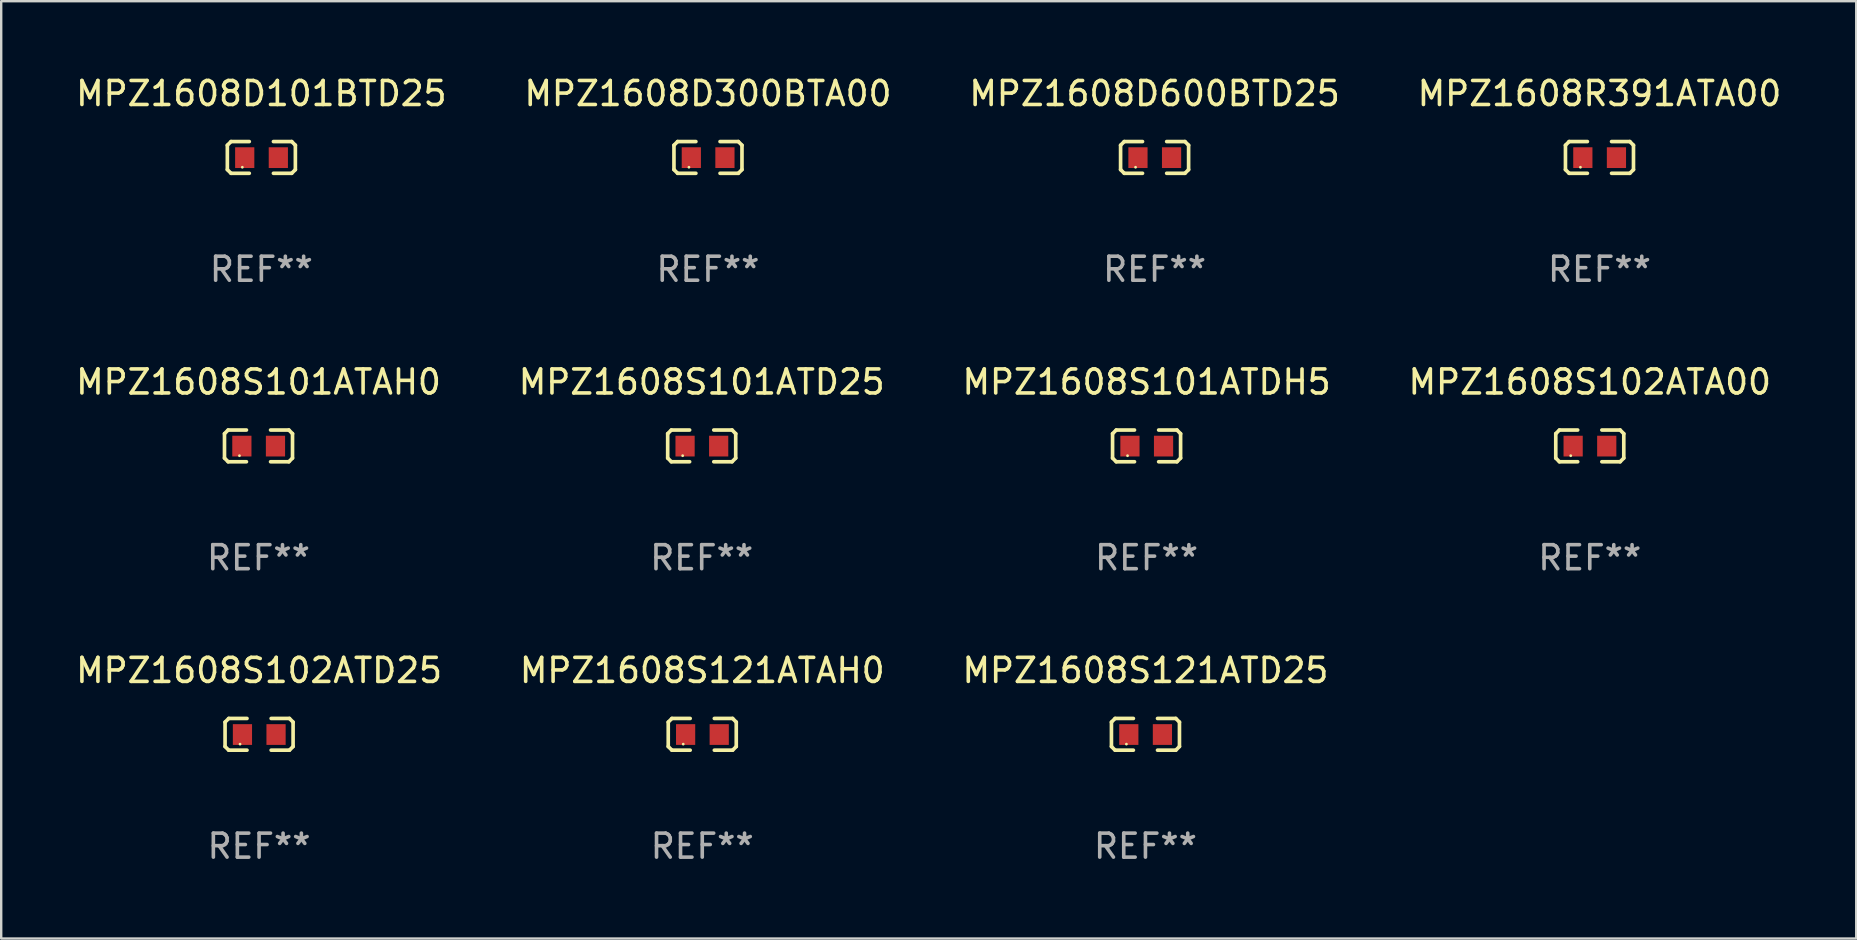
<source format=kicad_pcb>
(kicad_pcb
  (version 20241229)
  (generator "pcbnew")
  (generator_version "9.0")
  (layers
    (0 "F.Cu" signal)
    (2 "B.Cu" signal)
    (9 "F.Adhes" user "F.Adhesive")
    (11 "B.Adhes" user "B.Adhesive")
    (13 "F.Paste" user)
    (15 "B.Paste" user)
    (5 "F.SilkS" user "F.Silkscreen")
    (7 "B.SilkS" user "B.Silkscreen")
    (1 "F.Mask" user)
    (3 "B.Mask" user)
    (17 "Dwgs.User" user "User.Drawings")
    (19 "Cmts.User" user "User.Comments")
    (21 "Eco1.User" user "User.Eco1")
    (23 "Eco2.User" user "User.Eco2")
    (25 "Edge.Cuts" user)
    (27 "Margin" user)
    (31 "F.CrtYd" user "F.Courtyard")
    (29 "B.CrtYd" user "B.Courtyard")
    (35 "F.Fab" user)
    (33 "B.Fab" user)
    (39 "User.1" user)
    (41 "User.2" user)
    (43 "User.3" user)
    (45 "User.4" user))
  (footprint "MPZ1608D101BTD25"
    (layer "F.Cu")
    (at 7.839 3.509)
    (property "Reference" "MPZ1608D101BTD25" (at 0 -2.661 0) (layer "F.SilkS") (effects (font (size 1 1) (thickness 0.15))))
    (attr through_hole)
    (fp_line (start -1.417 -0.508) (end -1.265 -0.661) (stroke (width 0.152) (type solid)) (layer "F.SilkS"))
    (fp_line (start -1.417 0.508) (end -1.417 -0.508) (stroke (width 0.152) (type solid)) (layer "F.SilkS"))
    (fp_line (start -1.265 -0.661) (end -0.503 -0.661) (stroke (width 0.152) (type solid)) (layer "F.SilkS"))
    (fp_line (start -1.265 0.661) (end -1.417 0.508) (stroke (width 0.152) (type solid)) (layer "F.SilkS"))
    (fp_line (start -1.265 0.661) (end -0.503 0.661) (stroke (width 0.152) (type solid)) (layer "F.SilkS"))
    (fp_line (start 1.265 -0.661) (end 0.503 -0.661) (stroke (width 0.152) (type solid)) (layer "F.SilkS"))
    (fp_line (start 1.265 -0.661) (end 1.417 -0.508) (stroke (width 0.152) (type solid)) (layer "F.SilkS"))
    (fp_line (start 1.265 0.661) (end 0.503 0.661) (stroke (width 0.152) (type solid)) (layer "F.SilkS"))
    (fp_line (start 1.417 -0.508) (end 1.417 0.508) (stroke (width 0.152) (type solid)) (layer "F.SilkS"))
    (fp_line (start 1.417 0.508) (end 1.265 0.661) (stroke (width 0.152) (type solid)) (layer "F.SilkS"))
    (fp_circle (center -0.793 0.409) (end -0.763 0.409) (stroke (width 0.06) (type solid)) (fill no) (layer "F.SilkS"))
    (fp_text user "REF**" (at 0 4.661 0) (layer "F.Fab") (effects (font (size 1 1) (thickness 0.15))))
    (pad "1" smd rect (at -0.693 0.009 180) (size 0.8 0.864) (layers "F.Cu" "F.Mask" "F.Paste"))
    (pad "2" smd rect (at 0.707 0.009 180) (size 0.8 0.864) (layers "F.Cu" "F.Mask" "F.Paste")))
  (footprint "MPZ1608S101ATDH5"
    (layer "F.Cu")
    (at 44.72 15.527)
    (property "Reference" "MPZ1608S101ATDH5" (at 0 -2.661 0) (layer "F.SilkS") (effects (font (size 1 1) (thickness 0.15))))
    (attr through_hole)
    (fp_line (start -1.417 -0.508) (end -1.265 -0.661) (stroke (width 0.152) (type solid)) (layer "F.SilkS"))
    (fp_line (start -1.417 0.508) (end -1.417 -0.508) (stroke (width 0.152) (type solid)) (layer "F.SilkS"))
    (fp_line (start -1.265 -0.661) (end -0.503 -0.661) (stroke (width 0.152) (type solid)) (layer "F.SilkS"))
    (fp_line (start -1.265 0.661) (end -1.417 0.508) (stroke (width 0.152) (type solid)) (layer "F.SilkS"))
    (fp_line (start -1.265 0.661) (end -0.503 0.661) (stroke (width 0.152) (type solid)) (layer "F.SilkS"))
    (fp_line (start 1.265 -0.661) (end 0.503 -0.661) (stroke (width 0.152) (type solid)) (layer "F.SilkS"))
    (fp_line (start 1.265 -0.661) (end 1.417 -0.508) (stroke (width 0.152) (type solid)) (layer "F.SilkS"))
    (fp_line (start 1.265 0.661) (end 0.503 0.661) (stroke (width 0.152) (type solid)) (layer "F.SilkS"))
    (fp_line (start 1.417 -0.508) (end 1.417 0.508) (stroke (width 0.152) (type solid)) (layer "F.SilkS"))
    (fp_line (start 1.417 0.508) (end 1.265 0.661) (stroke (width 0.152) (type solid)) (layer "F.SilkS"))
    (fp_circle (center -0.793 0.409) (end -0.763 0.409) (stroke (width 0.06) (type solid)) (fill no) (layer "F.SilkS"))
    (fp_text user "REF**" (at 0 4.661 0) (layer "F.Fab") (effects (font (size 1 1) (thickness 0.15))))
    (pad "1" smd rect (at -0.693 0.009 180) (size 0.8 0.864) (layers "F.Cu" "F.Mask" "F.Paste"))
    (pad "2" smd rect (at 0.707 0.009 180) (size 0.8 0.864) (layers "F.Cu" "F.Mask" "F.Paste")))
  (footprint "MPZ1608D300BTA00"
    (layer "F.Cu")
    (at 26.446 3.509)
    (property "Reference" "MPZ1608D300BTA00" (at 0 -2.661 0) (layer "F.SilkS") (effects (font (size 1 1) (thickness 0.15))))
    (attr through_hole)
    (fp_line (start -1.417 -0.508) (end -1.265 -0.661) (stroke (width 0.152) (type solid)) (layer "F.SilkS"))
    (fp_line (start -1.417 0.508) (end -1.417 -0.508) (stroke (width 0.152) (type solid)) (layer "F.SilkS"))
    (fp_line (start -1.265 -0.661) (end -0.503 -0.661) (stroke (width 0.152) (type solid)) (layer "F.SilkS"))
    (fp_line (start -1.265 0.661) (end -1.417 0.508) (stroke (width 0.152) (type solid)) (layer "F.SilkS"))
    (fp_line (start -1.265 0.661) (end -0.503 0.661) (stroke (width 0.152) (type solid)) (layer "F.SilkS"))
    (fp_line (start 1.265 -0.661) (end 0.503 -0.661) (stroke (width 0.152) (type solid)) (layer "F.SilkS"))
    (fp_line (start 1.265 -0.661) (end 1.417 -0.508) (stroke (width 0.152) (type solid)) (layer "F.SilkS"))
    (fp_line (start 1.265 0.661) (end 0.503 0.661) (stroke (width 0.152) (type solid)) (layer "F.SilkS"))
    (fp_line (start 1.417 -0.508) (end 1.417 0.508) (stroke (width 0.152) (type solid)) (layer "F.SilkS"))
    (fp_line (start 1.417 0.508) (end 1.265 0.661) (stroke (width 0.152) (type solid)) (layer "F.SilkS"))
    (fp_circle (center -0.793 0.409) (end -0.763 0.409) (stroke (width 0.06) (type solid)) (fill no) (layer "F.SilkS"))
    (fp_text user "REF**" (at 0 4.661 0) (layer "F.Fab") (effects (font (size 1 1) (thickness 0.15))))
    (pad "1" smd rect (at -0.693 0.009 180) (size 0.8 0.864) (layers "F.Cu" "F.Mask" "F.Paste"))
    (pad "2" smd rect (at 0.707 0.009 180) (size 0.8 0.864) (layers "F.Cu" "F.Mask" "F.Paste")))
  (footprint "MPZ1608R391ATA00"
    (layer "F.Cu")
    (at 63.589 3.509)
    (property "Reference" "MPZ1608R391ATA00" (at 0 -2.661 0) (layer "F.SilkS") (effects (font (size 1 1) (thickness 0.15))))
    (attr through_hole)
    (fp_line (start -1.417 -0.508) (end -1.265 -0.661) (stroke (width 0.152) (type solid)) (layer "F.SilkS"))
    (fp_line (start -1.417 0.508) (end -1.417 -0.508) (stroke (width 0.152) (type solid)) (layer "F.SilkS"))
    (fp_line (start -1.265 -0.661) (end -0.503 -0.661) (stroke (width 0.152) (type solid)) (layer "F.SilkS"))
    (fp_line (start -1.265 0.661) (end -1.417 0.508) (stroke (width 0.152) (type solid)) (layer "F.SilkS"))
    (fp_line (start -1.265 0.661) (end -0.503 0.661) (stroke (width 0.152) (type solid)) (layer "F.SilkS"))
    (fp_line (start 1.265 -0.661) (end 0.503 -0.661) (stroke (width 0.152) (type solid)) (layer "F.SilkS"))
    (fp_line (start 1.265 -0.661) (end 1.417 -0.508) (stroke (width 0.152) (type solid)) (layer "F.SilkS"))
    (fp_line (start 1.265 0.661) (end 0.503 0.661) (stroke (width 0.152) (type solid)) (layer "F.SilkS"))
    (fp_line (start 1.417 -0.508) (end 1.417 0.508) (stroke (width 0.152) (type solid)) (layer "F.SilkS"))
    (fp_line (start 1.417 0.508) (end 1.265 0.661) (stroke (width 0.152) (type solid)) (layer "F.SilkS"))
    (fp_circle (center -0.793 0.409) (end -0.763 0.409) (stroke (width 0.06) (type solid)) (fill no) (layer "F.SilkS"))
    (fp_text user "REF**" (at 0 4.661 0) (layer "F.Fab") (effects (font (size 1 1) (thickness 0.15))))
    (pad "1" smd rect (at -0.693 0.009 180) (size 0.8 0.864) (layers "F.Cu" "F.Mask" "F.Paste"))
    (pad "2" smd rect (at 0.707 0.009 180) (size 0.8 0.864) (layers "F.Cu" "F.Mask" "F.Paste")))
  (footprint "MPZ1608S102ATA00"
    (layer "F.Cu")
    (at 63.185 15.527)
    (property "Reference" "MPZ1608S102ATA00" (at 0 -2.661 0) (layer "F.SilkS") (effects (font (size 1 1) (thickness 0.15))))
    (attr through_hole)
    (fp_line (start -1.417 -0.508) (end -1.265 -0.661) (stroke (width 0.152) (type solid)) (layer "F.SilkS"))
    (fp_line (start -1.417 0.508) (end -1.417 -0.508) (stroke (width 0.152) (type solid)) (layer "F.SilkS"))
    (fp_line (start -1.265 -0.661) (end -0.503 -0.661) (stroke (width 0.152) (type solid)) (layer "F.SilkS"))
    (fp_line (start -1.265 0.661) (end -1.417 0.508) (stroke (width 0.152) (type solid)) (layer "F.SilkS"))
    (fp_line (start -1.265 0.661) (end -0.503 0.661) (stroke (width 0.152) (type solid)) (layer "F.SilkS"))
    (fp_line (start 1.265 -0.661) (end 0.503 -0.661) (stroke (width 0.152) (type solid)) (layer "F.SilkS"))
    (fp_line (start 1.265 -0.661) (end 1.417 -0.508) (stroke (width 0.152) (type solid)) (layer "F.SilkS"))
    (fp_line (start 1.265 0.661) (end 0.503 0.661) (stroke (width 0.152) (type solid)) (layer "F.SilkS"))
    (fp_line (start 1.417 -0.508) (end 1.417 0.508) (stroke (width 0.152) (type solid)) (layer "F.SilkS"))
    (fp_line (start 1.417 0.508) (end 1.265 0.661) (stroke (width 0.152) (type solid)) (layer "F.SilkS"))
    (fp_circle (center -0.793 0.409) (end -0.763 0.409) (stroke (width 0.06) (type solid)) (fill no) (layer "F.SilkS"))
    (fp_text user "REF**" (at 0 4.661 0) (layer "F.Fab") (effects (font (size 1 1) (thickness 0.15))))
    (pad "1" smd rect (at -0.693 0.009 180) (size 0.8 0.864) (layers "F.Cu" "F.Mask" "F.Paste"))
    (pad "2" smd rect (at 0.707 0.009 180) (size 0.8 0.864) (layers "F.Cu" "F.Mask" "F.Paste")))
  (footprint "MPZ1608S101ATAH0"
    (layer "F.Cu")
    (at 7.72 15.527)
    (property "Reference" "MPZ1608S101ATAH0" (at 0 -2.661 0) (layer "F.SilkS") (effects (font (size 1 1) (thickness 0.15))))
    (attr through_hole)
    (fp_line (start -1.417 -0.508) (end -1.265 -0.661) (stroke (width 0.152) (type solid)) (layer "F.SilkS"))
    (fp_line (start -1.417 0.508) (end -1.417 -0.508) (stroke (width 0.152) (type solid)) (layer "F.SilkS"))
    (fp_line (start -1.265 -0.661) (end -0.503 -0.661) (stroke (width 0.152) (type solid)) (layer "F.SilkS"))
    (fp_line (start -1.265 0.661) (end -1.417 0.508) (stroke (width 0.152) (type solid)) (layer "F.SilkS"))
    (fp_line (start -1.265 0.661) (end -0.503 0.661) (stroke (width 0.152) (type solid)) (layer "F.SilkS"))
    (fp_line (start 1.265 -0.661) (end 0.503 -0.661) (stroke (width 0.152) (type solid)) (layer "F.SilkS"))
    (fp_line (start 1.265 -0.661) (end 1.417 -0.508) (stroke (width 0.152) (type solid)) (layer "F.SilkS"))
    (fp_line (start 1.265 0.661) (end 0.503 0.661) (stroke (width 0.152) (type solid)) (layer "F.SilkS"))
    (fp_line (start 1.417 -0.508) (end 1.417 0.508) (stroke (width 0.152) (type solid)) (layer "F.SilkS"))
    (fp_line (start 1.417 0.508) (end 1.265 0.661) (stroke (width 0.152) (type solid)) (layer "F.SilkS"))
    (fp_circle (center -0.793 0.409) (end -0.763 0.409) (stroke (width 0.06) (type solid)) (fill no) (layer "F.SilkS"))
    (fp_text user "REF**" (at 0 4.661 0) (layer "F.Fab") (effects (font (size 1 1) (thickness 0.15))))
    (pad "1" smd rect (at -0.693 0.009 180) (size 0.8 0.864) (layers "F.Cu" "F.Mask" "F.Paste"))
    (pad "2" smd rect (at 0.707 0.009 180) (size 0.8 0.864) (layers "F.Cu" "F.Mask" "F.Paste")))
  (footprint "MPZ1608S101ATD25"
    (layer "F.Cu")
    (at 26.185 15.527)
    (property "Reference" "MPZ1608S101ATD25" (at 0 -2.661 0) (layer "F.SilkS") (effects (font (size 1 1) (thickness 0.15))))
    (attr through_hole)
    (fp_line (start -1.417 -0.508) (end -1.265 -0.661) (stroke (width 0.152) (type solid)) (layer "F.SilkS"))
    (fp_line (start -1.417 0.508) (end -1.417 -0.508) (stroke (width 0.152) (type solid)) (layer "F.SilkS"))
    (fp_line (start -1.265 -0.661) (end -0.503 -0.661) (stroke (width 0.152) (type solid)) (layer "F.SilkS"))
    (fp_line (start -1.265 0.661) (end -1.417 0.508) (stroke (width 0.152) (type solid)) (layer "F.SilkS"))
    (fp_line (start -1.265 0.661) (end -0.503 0.661) (stroke (width 0.152) (type solid)) (layer "F.SilkS"))
    (fp_line (start 1.265 -0.661) (end 0.503 -0.661) (stroke (width 0.152) (type solid)) (layer "F.SilkS"))
    (fp_line (start 1.265 -0.661) (end 1.417 -0.508) (stroke (width 0.152) (type solid)) (layer "F.SilkS"))
    (fp_line (start 1.265 0.661) (end 0.503 0.661) (stroke (width 0.152) (type solid)) (layer "F.SilkS"))
    (fp_line (start 1.417 -0.508) (end 1.417 0.508) (stroke (width 0.152) (type solid)) (layer "F.SilkS"))
    (fp_line (start 1.417 0.508) (end 1.265 0.661) (stroke (width 0.152) (type solid)) (layer "F.SilkS"))
    (fp_circle (center -0.793 0.409) (end -0.763 0.409) (stroke (width 0.06) (type solid)) (fill no) (layer "F.SilkS"))
    (fp_text user "REF**" (at 0 4.661 0) (layer "F.Fab") (effects (font (size 1 1) (thickness 0.15))))
    (pad "1" smd rect (at -0.693 0.009 180) (size 0.8 0.864) (layers "F.Cu" "F.Mask" "F.Paste"))
    (pad "2" smd rect (at 0.707 0.009 180) (size 0.8 0.864) (layers "F.Cu" "F.Mask" "F.Paste")))
  (footprint "MPZ1608D600BTD25"
    (layer "F.Cu")
    (at 45.054 3.509)
    (property "Reference" "MPZ1608D600BTD25" (at 0 -2.661 0) (layer "F.SilkS") (effects (font (size 1 1) (thickness 0.15))))
    (attr through_hole)
    (fp_line (start -1.417 -0.508) (end -1.265 -0.661) (stroke (width 0.152) (type solid)) (layer "F.SilkS"))
    (fp_line (start -1.417 0.508) (end -1.417 -0.508) (stroke (width 0.152) (type solid)) (layer "F.SilkS"))
    (fp_line (start -1.265 -0.661) (end -0.503 -0.661) (stroke (width 0.152) (type solid)) (layer "F.SilkS"))
    (fp_line (start -1.265 0.661) (end -1.417 0.508) (stroke (width 0.152) (type solid)) (layer "F.SilkS"))
    (fp_line (start -1.265 0.661) (end -0.503 0.661) (stroke (width 0.152) (type solid)) (layer "F.SilkS"))
    (fp_line (start 1.265 -0.661) (end 0.503 -0.661) (stroke (width 0.152) (type solid)) (layer "F.SilkS"))
    (fp_line (start 1.265 -0.661) (end 1.417 -0.508) (stroke (width 0.152) (type solid)) (layer "F.SilkS"))
    (fp_line (start 1.265 0.661) (end 0.503 0.661) (stroke (width 0.152) (type solid)) (layer "F.SilkS"))
    (fp_line (start 1.417 -0.508) (end 1.417 0.508) (stroke (width 0.152) (type solid)) (layer "F.SilkS"))
    (fp_line (start 1.417 0.508) (end 1.265 0.661) (stroke (width 0.152) (type solid)) (layer "F.SilkS"))
    (fp_circle (center -0.793 0.409) (end -0.763 0.409) (stroke (width 0.06) (type solid)) (fill no) (layer "F.SilkS"))
    (fp_text user "REF**" (at 0 4.661 0) (layer "F.Fab") (effects (font (size 1 1) (thickness 0.15))))
    (pad "1" smd rect (at -0.693 0.009 180) (size 0.8 0.864) (layers "F.Cu" "F.Mask" "F.Paste"))
    (pad "2" smd rect (at 0.707 0.009 180) (size 0.8 0.864) (layers "F.Cu" "F.Mask" "F.Paste")))
  (footprint "MPZ1608S102ATD25"
    (layer "F.Cu")
    (at 7.744 27.544)
    (property "Reference" "MPZ1608S102ATD25" (at 0 -2.661 0) (layer "F.SilkS") (effects (font (size 1 1) (thickness 0.15))))
    (attr through_hole)
    (fp_line (start -1.417 -0.508) (end -1.265 -0.661) (stroke (width 0.152) (type solid)) (layer "F.SilkS"))
    (fp_line (start -1.417 0.508) (end -1.417 -0.508) (stroke (width 0.152) (type solid)) (layer "F.SilkS"))
    (fp_line (start -1.265 -0.661) (end -0.503 -0.661) (stroke (width 0.152) (type solid)) (layer "F.SilkS"))
    (fp_line (start -1.265 0.661) (end -1.417 0.508) (stroke (width 0.152) (type solid)) (layer "F.SilkS"))
    (fp_line (start -1.265 0.661) (end -0.503 0.661) (stroke (width 0.152) (type solid)) (layer "F.SilkS"))
    (fp_line (start 1.265 -0.661) (end 0.503 -0.661) (stroke (width 0.152) (type solid)) (layer "F.SilkS"))
    (fp_line (start 1.265 -0.661) (end 1.417 -0.508) (stroke (width 0.152) (type solid)) (layer "F.SilkS"))
    (fp_line (start 1.265 0.661) (end 0.503 0.661) (stroke (width 0.152) (type solid)) (layer "F.SilkS"))
    (fp_line (start 1.417 -0.508) (end 1.417 0.508) (stroke (width 0.152) (type solid)) (layer "F.SilkS"))
    (fp_line (start 1.417 0.508) (end 1.265 0.661) (stroke (width 0.152) (type solid)) (layer "F.SilkS"))
    (fp_circle (center -0.793 0.409) (end -0.763 0.409) (stroke (width 0.06) (type solid)) (fill no) (layer "F.SilkS"))
    (fp_text user "REF**" (at 0 4.661 0) (layer "F.Fab") (effects (font (size 1 1) (thickness 0.15))))
    (pad "1" smd rect (at -0.693 0.009 180) (size 0.8 0.864) (layers "F.Cu" "F.Mask" "F.Paste"))
    (pad "2" smd rect (at 0.707 0.009 180) (size 0.8 0.864) (layers "F.Cu" "F.Mask" "F.Paste")))
  (footprint "MPZ1608S121ATD25"
    (layer "F.Cu")
    (at 44.673 27.544)
    (property "Reference" "MPZ1608S121ATD25" (at 0 -2.661 0) (layer "F.SilkS") (effects (font (size 1 1) (thickness 0.15))))
    (attr through_hole)
    (fp_line (start -1.417 -0.508) (end -1.265 -0.661) (stroke (width 0.152) (type solid)) (layer "F.SilkS"))
    (fp_line (start -1.417 0.508) (end -1.417 -0.508) (stroke (width 0.152) (type solid)) (layer "F.SilkS"))
    (fp_line (start -1.265 -0.661) (end -0.503 -0.661) (stroke (width 0.152) (type solid)) (layer "F.SilkS"))
    (fp_line (start -1.265 0.661) (end -1.417 0.508) (stroke (width 0.152) (type solid)) (layer "F.SilkS"))
    (fp_line (start -1.265 0.661) (end -0.503 0.661) (stroke (width 0.152) (type solid)) (layer "F.SilkS"))
    (fp_line (start 1.265 -0.661) (end 0.503 -0.661) (stroke (width 0.152) (type solid)) (layer "F.SilkS"))
    (fp_line (start 1.265 -0.661) (end 1.417 -0.508) (stroke (width 0.152) (type solid)) (layer "F.SilkS"))
    (fp_line (start 1.265 0.661) (end 0.503 0.661) (stroke (width 0.152) (type solid)) (layer "F.SilkS"))
    (fp_line (start 1.417 -0.508) (end 1.417 0.508) (stroke (width 0.152) (type solid)) (layer "F.SilkS"))
    (fp_line (start 1.417 0.508) (end 1.265 0.661) (stroke (width 0.152) (type solid)) (layer "F.SilkS"))
    (fp_circle (center -0.793 0.409) (end -0.763 0.409) (stroke (width 0.06) (type solid)) (fill no) (layer "F.SilkS"))
    (fp_text user "REF**" (at 0 4.661 0) (layer "F.Fab") (effects (font (size 1 1) (thickness 0.15))))
    (pad "1" smd rect (at -0.693 0.009 180) (size 0.8 0.864) (layers "F.Cu" "F.Mask" "F.Paste"))
    (pad "2" smd rect (at 0.707 0.009 180) (size 0.8 0.864) (layers "F.Cu" "F.Mask" "F.Paste")))
  (footprint "MPZ1608S121ATAH0"
    (layer "F.Cu")
    (at 26.208 27.544)
    (property "Reference" "MPZ1608S121ATAH0" (at 0 -2.661 0) (layer "F.SilkS") (effects (font (size 1 1) (thickness 0.15))))
    (attr through_hole)
    (fp_line (start -1.417 -0.508) (end -1.265 -0.661) (stroke (width 0.152) (type solid)) (layer "F.SilkS"))
    (fp_line (start -1.417 0.508) (end -1.417 -0.508) (stroke (width 0.152) (type solid)) (layer "F.SilkS"))
    (fp_line (start -1.265 -0.661) (end -0.503 -0.661) (stroke (width 0.152) (type solid)) (layer "F.SilkS"))
    (fp_line (start -1.265 0.661) (end -1.417 0.508) (stroke (width 0.152) (type solid)) (layer "F.SilkS"))
    (fp_line (start -1.265 0.661) (end -0.503 0.661) (stroke (width 0.152) (type solid)) (layer "F.SilkS"))
    (fp_line (start 1.265 -0.661) (end 0.503 -0.661) (stroke (width 0.152) (type solid)) (layer "F.SilkS"))
    (fp_line (start 1.265 -0.661) (end 1.417 -0.508) (stroke (width 0.152) (type solid)) (layer "F.SilkS"))
    (fp_line (start 1.265 0.661) (end 0.503 0.661) (stroke (width 0.152) (type solid)) (layer "F.SilkS"))
    (fp_line (start 1.417 -0.508) (end 1.417 0.508) (stroke (width 0.152) (type solid)) (layer "F.SilkS"))
    (fp_line (start 1.417 0.508) (end 1.265 0.661) (stroke (width 0.152) (type solid)) (layer "F.SilkS"))
    (fp_circle (center -0.793 0.409) (end -0.763 0.409) (stroke (width 0.06) (type solid)) (fill no) (layer "F.SilkS"))
    (fp_text user "REF**" (at 0 4.661 0) (layer "F.Fab") (effects (font (size 1 1) (thickness 0.15))))
    (pad "1" smd rect (at -0.693 0.009 180) (size 0.8 0.864) (layers "F.Cu" "F.Mask" "F.Paste"))
    (pad "2" smd rect (at 0.707 0.009 180) (size 0.8 0.864) (layers "F.Cu" "F.Mask" "F.Paste")))
  (gr_rect
    (start -3 -3)
    (end 74.286 36.053)
    (stroke (width 0.1) (type default))
    (fill no)
    (layer "Edge.Cuts")))
</source>
